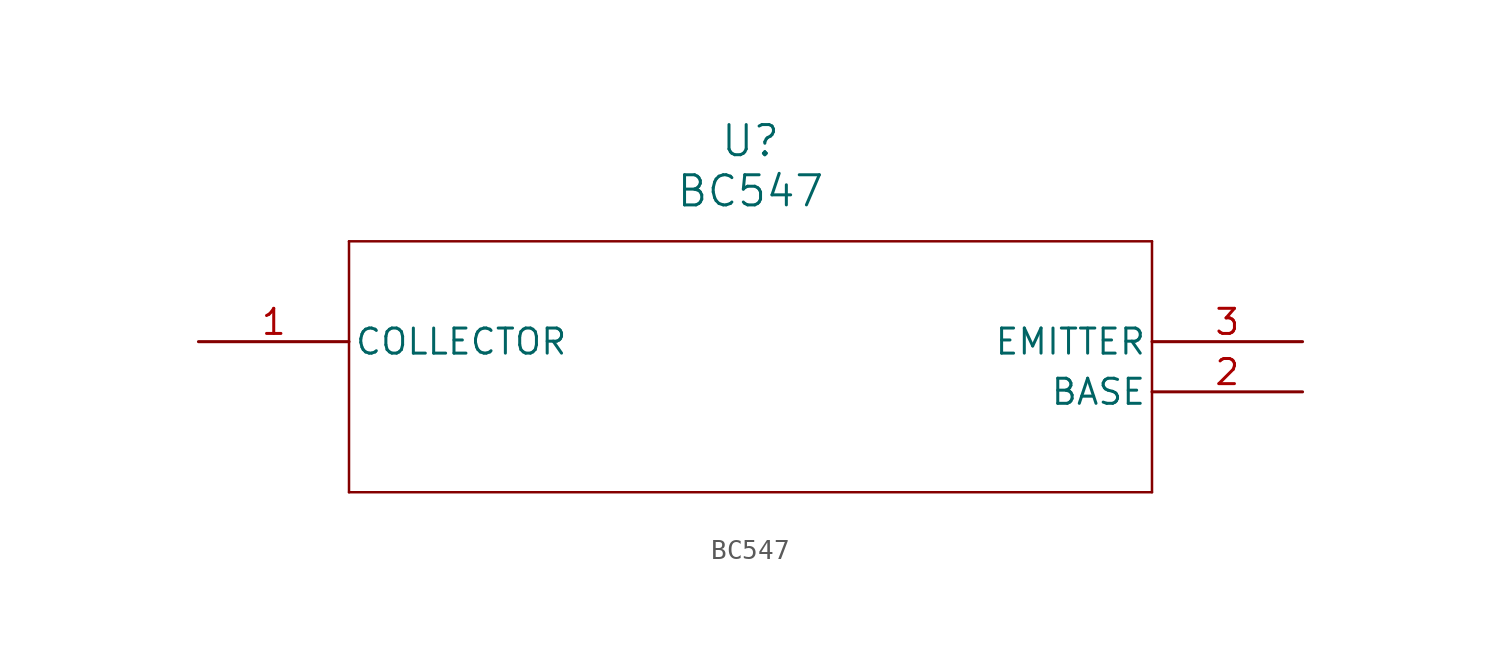
<source format=kicad_sym>
(kicad_symbol_lib
  (version 20211014)
  (generator kicad_symbol_editor)
  (symbol "BC547"
    (pin_names
      (offset 0.254))
    (property "Reference" "U"
      (at 27.94 10.16 0)
      (effects (font (size 1.524 1.524))))
    (property "Value" "BC547"
      (at 27.94 7.62 0)
      (effects (font (size 1.524 1.524))))
    (symbol "BC547_0_1"
      (polyline (pts (xy 7.62 5.08) (xy 7.62 -7.62)) (stroke (width 0.127) (type default) (color 0 0 0 0)) (fill (type none)))
      (polyline (pts (xy 7.62 -7.62) (xy 48.26 -7.62)) (stroke (width 0.127) (type default) (color 0 0 0 0)) (fill (type none)))
      (polyline (pts (xy 48.26 -7.62) (xy 48.26 5.08)) (stroke (width 0.127) (type default) (color 0 0 0 0)) (fill (type none)))
      (polyline (pts (xy 48.26 5.08) (xy 7.62 5.08)) (stroke (width 0.127) (type default) (color 0 0 0 0)) (fill (type none)))
      (pin unspecified line (at 0 0 0) (length 7.62) (name "COLLECTOR" (effects (font (size 1.27 1.27)))) (number "1" (effects (font (size 1.27 1.27)))))
      (pin unspecified line (at 55.88 -2.54 180) (length 7.62) (name "BASE" (effects (font (size 1.27 1.27)))) (number "2" (effects (font (size 1.27 1.27)))))
      (pin unspecified line (at 55.88 0 180) (length 7.62) (name "EMITTER" (effects (font (size 1.27 1.27)))) (number "3" (effects (font (size 1.27 1.27))))))))
</source>
